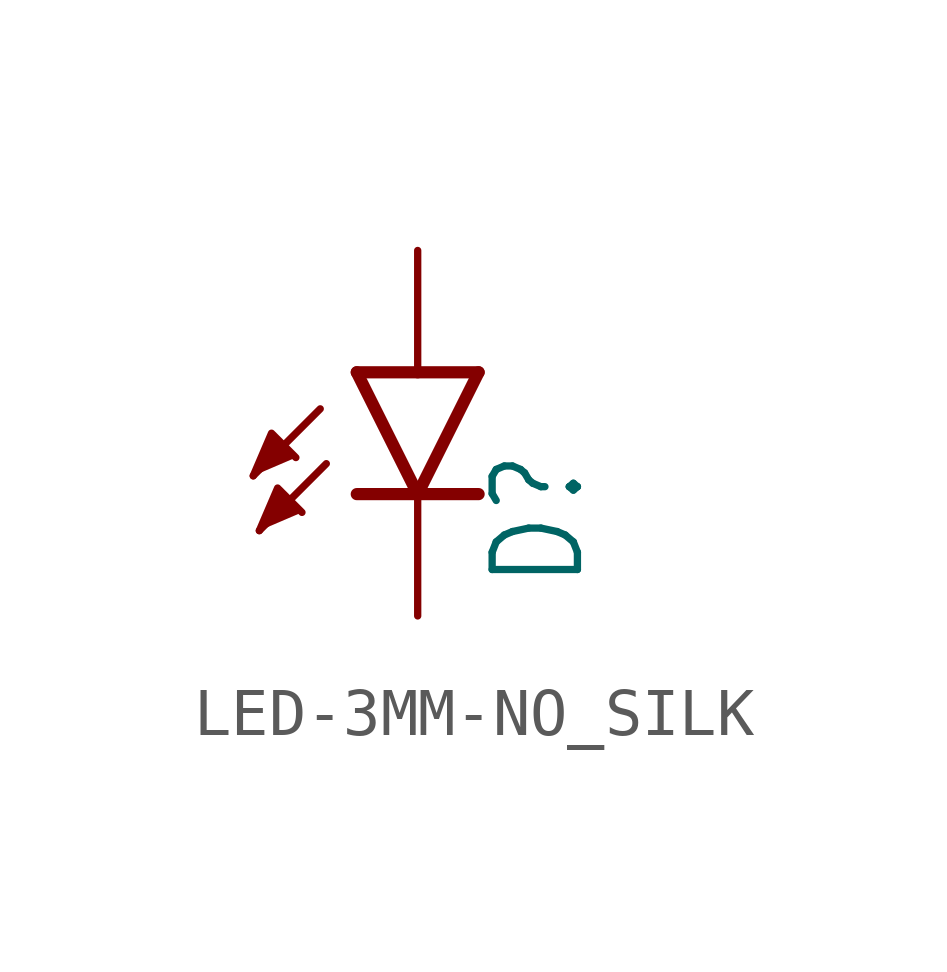
<source format=kicad_sym>
(kicad_symbol_lib
  (version 20220914)
  (generator kicad_symbol_editor)
  (symbol "LED-3MM-NO_SILK"
    (property "Reference" "D"
      (at 3.556 -4.572 90)
      (effects (font (size 1.778 1.511)) (justify left bottom)))
    (property "Value" ""
      (at 5.715 -4.572 90)
      (effects (font (size 1.778 1.511)) (justify left bottom)))
    (property "ki_locked" ""
      (at 0 0 0)
      (effects (font (size 1.27 1.27))))
    (symbol "LED-3MM-NO_SILK_1_0"
      (polyline (pts (xy -2.032 -0.762) (xy -3.429 -2.159)) (stroke (width 0.152) (type solid)) (fill (type none)))
      (polyline (pts (xy -1.905 -1.905) (xy -3.302 -3.302)) (stroke (width 0.152) (type solid)) (fill (type none)))
      (polyline (pts (xy 0 -2.54) (xy -1.27 -2.54)) (stroke (width 0.254) (type solid)) (fill (type none)))
      (polyline (pts (xy 0 -2.54) (xy -1.27 0)) (stroke (width 0.254) (type solid)) (fill (type none)))
      (polyline (pts (xy 0 0) (xy -1.27 0)) (stroke (width 0.254) (type solid)) (fill (type none)))
      (polyline (pts (xy 1.27 -2.54) (xy 0 -2.54)) (stroke (width 0.254) (type solid)) (fill (type none)))
      (polyline (pts (xy 1.27 0) (xy 0 -2.54)) (stroke (width 0.254) (type solid)) (fill (type none)))
      (polyline (pts (xy 1.27 0) (xy 0 0)) (stroke (width 0.254) (type solid)) (fill (type none)))
      (polyline (pts (xy -3.429 -2.159) (xy -3.048 -1.27) (xy -2.54 -1.778)) (stroke (width 0.152) (type solid)) (fill (type outline)))
      (polyline (pts (xy -3.302 -3.302) (xy -2.921 -2.413) (xy -2.413 -2.921)) (stroke (width 0.152) (type solid)) (fill (type outline)))
      (pin passive line (at 0 2.54 270) (length 2.54) (name "A" (effects (font (size 0 0)))) (number "A" (effects (font (size 0 0)))))
      (pin passive line (at 0 -5.08 90) (length 2.54) (name "C" (effects (font (size 0 0)))) (number "K" (effects (font (size 0 0))))))))
</source>
